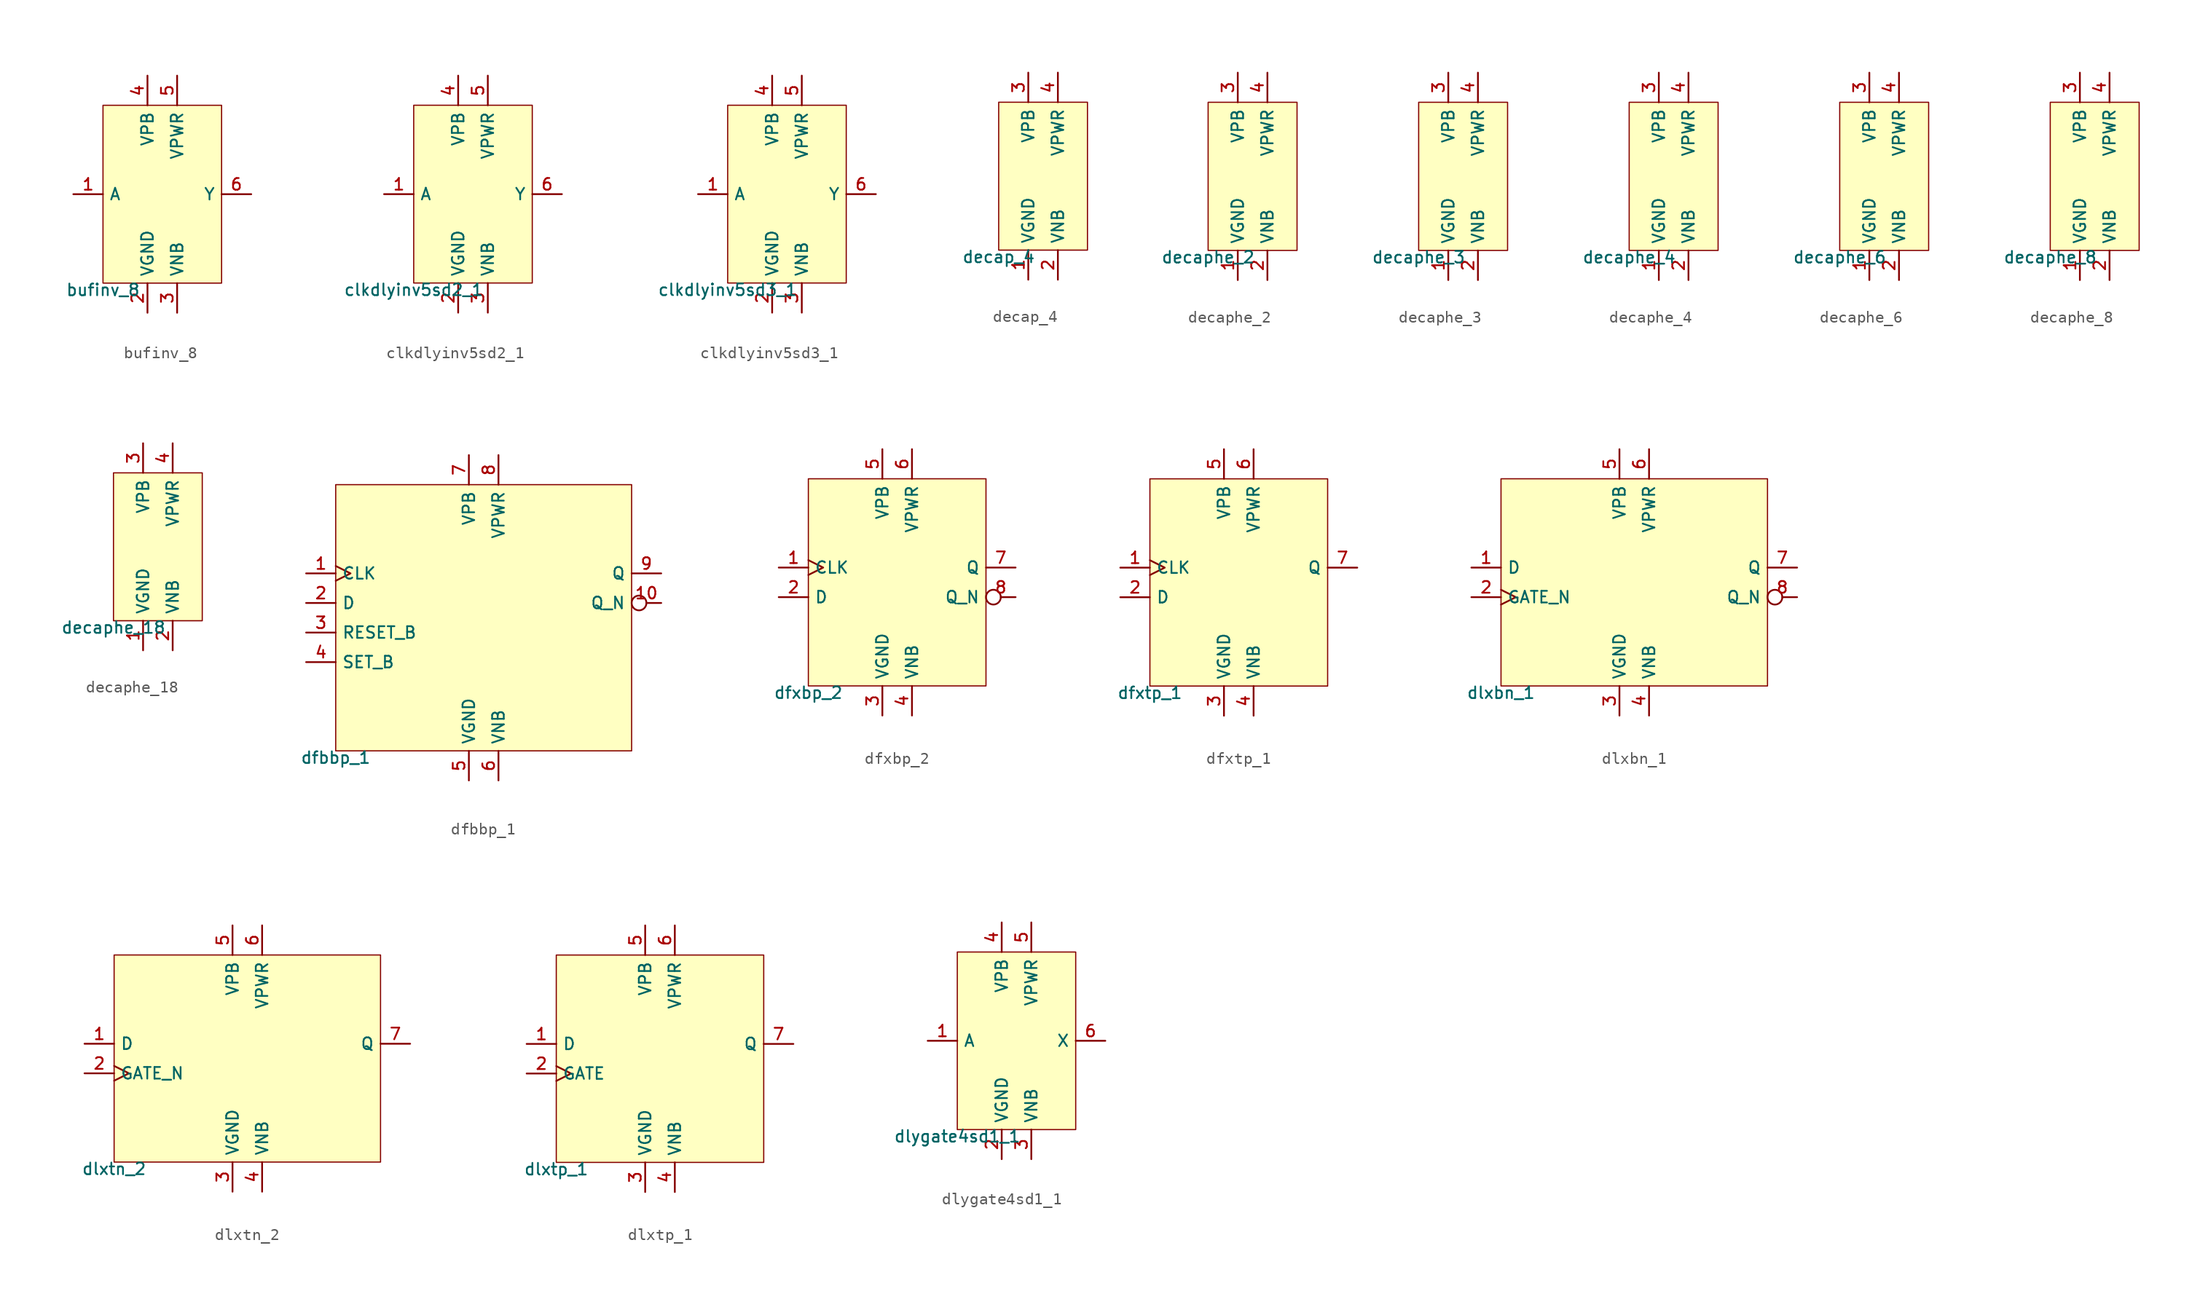
<source format=kicad_sym>
(kicad_symbol_lib
  (version 20211014)
  (generator pdk2kicad)
  (symbol "bufinv_8"
    (property "Reference" "X"
      (at 0 0 0)
      (effects (font (size 1 1)) hide))
    (property "Value" "bufinv_8"
      (at -5.08 -7.62 0)
      (effects (font (size 1 1)) (justify top)))
    (rectangle
      (start -5.08 -7.62)
      (end 5.08 7.62)
      (stroke (width 0.1) (type solid) (color 0 0 0 0))
      (fill (type background)))
    (pin input line
      (at -7.62 0.0 0)
      (length 2.54)
      (name "A" (effects (font (size 1 1)) hide))
      (number "1" (effects (font (size 1 1)) hide)))
    (pin power_in line
      (at -1.27 -10.16 90)
      (length 2.54)
      (name "VGND" (effects (font (size 1 1)) hide))
      (number "2" (effects (font (size 1 1)) hide)))
    (pin power_in line
      (at 1.27 -10.16 90)
      (length 2.54)
      (name "VNB" (effects (font (size 1 1)) hide))
      (number "3" (effects (font (size 1 1)) hide)))
    (pin power_in line
      (at -1.27 10.16 270)
      (length 2.54)
      (name "VPB" (effects (font (size 1 1)) hide))
      (number "4" (effects (font (size 1 1)) hide)))
    (pin power_in line
      (at 1.27 10.16 270)
      (length 2.54)
      (name "VPWR" (effects (font (size 1 1)) hide))
      (number "5" (effects (font (size 1 1)) hide)))
    (pin output line
      (at 7.62 0.0 180)
      (length 2.54)
      (name "Y" (effects (font (size 1 1)) hide))
      (number "6" (effects (font (size 1 1)) hide))))
  (symbol "clkdlyinv5sd2_1"
    (property "Reference" "X"
      (at 0 0 0)
      (effects (font (size 1 1)) hide))
    (property "Value" "clkdlyinv5sd2_1"
      (at -5.08 -7.62 0)
      (effects (font (size 1 1)) (justify top)))
    (rectangle
      (start -5.08 -7.62)
      (end 5.08 7.62)
      (stroke (width 0.1) (type solid) (color 0 0 0 0))
      (fill (type background)))
    (pin input line
      (at -7.62 0.0 0)
      (length 2.54)
      (name "A" (effects (font (size 1 1)) hide))
      (number "1" (effects (font (size 1 1)) hide)))
    (pin power_in line
      (at -1.27 -10.16 90)
      (length 2.54)
      (name "VGND" (effects (font (size 1 1)) hide))
      (number "2" (effects (font (size 1 1)) hide)))
    (pin power_in line
      (at 1.27 -10.16 90)
      (length 2.54)
      (name "VNB" (effects (font (size 1 1)) hide))
      (number "3" (effects (font (size 1 1)) hide)))
    (pin power_in line
      (at -1.27 10.16 270)
      (length 2.54)
      (name "VPB" (effects (font (size 1 1)) hide))
      (number "4" (effects (font (size 1 1)) hide)))
    (pin power_in line
      (at 1.27 10.16 270)
      (length 2.54)
      (name "VPWR" (effects (font (size 1 1)) hide))
      (number "5" (effects (font (size 1 1)) hide)))
    (pin output line
      (at 7.62 0.0 180)
      (length 2.54)
      (name "Y" (effects (font (size 1 1)) hide))
      (number "6" (effects (font (size 1 1)) hide))))
  (symbol "clkdlyinv5sd3_1"
    (property "Reference" "X"
      (at 0 0 0)
      (effects (font (size 1 1)) hide))
    (property "Value" "clkdlyinv5sd3_1"
      (at -5.08 -7.62 0)
      (effects (font (size 1 1)) (justify top)))
    (rectangle
      (start -5.08 -7.62)
      (end 5.08 7.62)
      (stroke (width 0.1) (type solid) (color 0 0 0 0))
      (fill (type background)))
    (pin input line
      (at -7.62 0.0 0)
      (length 2.54)
      (name "A" (effects (font (size 1 1)) hide))
      (number "1" (effects (font (size 1 1)) hide)))
    (pin power_in line
      (at -1.27 -10.16 90)
      (length 2.54)
      (name "VGND" (effects (font (size 1 1)) hide))
      (number "2" (effects (font (size 1 1)) hide)))
    (pin power_in line
      (at 1.27 -10.16 90)
      (length 2.54)
      (name "VNB" (effects (font (size 1 1)) hide))
      (number "3" (effects (font (size 1 1)) hide)))
    (pin power_in line
      (at -1.27 10.16 270)
      (length 2.54)
      (name "VPB" (effects (font (size 1 1)) hide))
      (number "4" (effects (font (size 1 1)) hide)))
    (pin power_in line
      (at 1.27 10.16 270)
      (length 2.54)
      (name "VPWR" (effects (font (size 1 1)) hide))
      (number "5" (effects (font (size 1 1)) hide)))
    (pin output line
      (at 7.62 0.0 180)
      (length 2.54)
      (name "Y" (effects (font (size 1 1)) hide))
      (number "6" (effects (font (size 1 1)) hide))))
  (symbol "decap_4"
    (property "Reference" "X"
      (at 0 0 0)
      (effects (font (size 1 1)) hide))
    (property "Value" "decap_4"
      (at -3.81 -6.35 0)
      (effects (font (size 1 1)) (justify top)))
    (rectangle
      (start -3.81 -6.35)
      (end 3.81 6.35)
      (stroke (width 0.1) (type solid) (color 0 0 0 0))
      (fill (type background)))
    (pin power_in line
      (at -1.27 -8.89 90)
      (length 2.54)
      (name "VGND" (effects (font (size 1 1)) hide))
      (number "1" (effects (font (size 1 1)) hide)))
    (pin power_in line
      (at 1.27 -8.89 90)
      (length 2.54)
      (name "VNB" (effects (font (size 1 1)) hide))
      (number "2" (effects (font (size 1 1)) hide)))
    (pin power_in line
      (at -1.27 8.89 270)
      (length 2.54)
      (name "VPB" (effects (font (size 1 1)) hide))
      (number "3" (effects (font (size 1 1)) hide)))
    (pin power_in line
      (at 1.27 8.89 270)
      (length 2.54)
      (name "VPWR" (effects (font (size 1 1)) hide))
      (number "4" (effects (font (size 1 1)) hide))))
  (symbol "decaphe_2"
    (property "Reference" "X"
      (at 0 0 0)
      (effects (font (size 1 1)) hide))
    (property "Value" "decaphe_2"
      (at -3.81 -6.35 0)
      (effects (font (size 1 1)) (justify top)))
    (rectangle
      (start -3.81 -6.35)
      (end 3.81 6.35)
      (stroke (width 0.1) (type solid) (color 0 0 0 0))
      (fill (type background)))
    (pin power_in line
      (at -1.27 -8.89 90)
      (length 2.54)
      (name "VGND" (effects (font (size 1 1)) hide))
      (number "1" (effects (font (size 1 1)) hide)))
    (pin power_in line
      (at 1.27 -8.89 90)
      (length 2.54)
      (name "VNB" (effects (font (size 1 1)) hide))
      (number "2" (effects (font (size 1 1)) hide)))
    (pin power_in line
      (at -1.27 8.89 270)
      (length 2.54)
      (name "VPB" (effects (font (size 1 1)) hide))
      (number "3" (effects (font (size 1 1)) hide)))
    (pin power_in line
      (at 1.27 8.89 270)
      (length 2.54)
      (name "VPWR" (effects (font (size 1 1)) hide))
      (number "4" (effects (font (size 1 1)) hide))))
  (symbol "decaphe_3"
    (property "Reference" "X"
      (at 0 0 0)
      (effects (font (size 1 1)) hide))
    (property "Value" "decaphe_3"
      (at -3.81 -6.35 0)
      (effects (font (size 1 1)) (justify top)))
    (rectangle
      (start -3.81 -6.35)
      (end 3.81 6.35)
      (stroke (width 0.1) (type solid) (color 0 0 0 0))
      (fill (type background)))
    (pin power_in line
      (at -1.27 -8.89 90)
      (length 2.54)
      (name "VGND" (effects (font (size 1 1)) hide))
      (number "1" (effects (font (size 1 1)) hide)))
    (pin power_in line
      (at 1.27 -8.89 90)
      (length 2.54)
      (name "VNB" (effects (font (size 1 1)) hide))
      (number "2" (effects (font (size 1 1)) hide)))
    (pin power_in line
      (at -1.27 8.89 270)
      (length 2.54)
      (name "VPB" (effects (font (size 1 1)) hide))
      (number "3" (effects (font (size 1 1)) hide)))
    (pin power_in line
      (at 1.27 8.89 270)
      (length 2.54)
      (name "VPWR" (effects (font (size 1 1)) hide))
      (number "4" (effects (font (size 1 1)) hide))))
  (symbol "decaphe_4"
    (property "Reference" "X"
      (at 0 0 0)
      (effects (font (size 1 1)) hide))
    (property "Value" "decaphe_4"
      (at -3.81 -6.35 0)
      (effects (font (size 1 1)) (justify top)))
    (rectangle
      (start -3.81 -6.35)
      (end 3.81 6.35)
      (stroke (width 0.1) (type solid) (color 0 0 0 0))
      (fill (type background)))
    (pin power_in line
      (at -1.27 -8.89 90)
      (length 2.54)
      (name "VGND" (effects (font (size 1 1)) hide))
      (number "1" (effects (font (size 1 1)) hide)))
    (pin power_in line
      (at 1.27 -8.89 90)
      (length 2.54)
      (name "VNB" (effects (font (size 1 1)) hide))
      (number "2" (effects (font (size 1 1)) hide)))
    (pin power_in line
      (at -1.27 8.89 270)
      (length 2.54)
      (name "VPB" (effects (font (size 1 1)) hide))
      (number "3" (effects (font (size 1 1)) hide)))
    (pin power_in line
      (at 1.27 8.89 270)
      (length 2.54)
      (name "VPWR" (effects (font (size 1 1)) hide))
      (number "4" (effects (font (size 1 1)) hide))))
  (symbol "decaphe_6"
    (property "Reference" "X"
      (at 0 0 0)
      (effects (font (size 1 1)) hide))
    (property "Value" "decaphe_6"
      (at -3.81 -6.35 0)
      (effects (font (size 1 1)) (justify top)))
    (rectangle
      (start -3.81 -6.35)
      (end 3.81 6.35)
      (stroke (width 0.1) (type solid) (color 0 0 0 0))
      (fill (type background)))
    (pin power_in line
      (at -1.27 -8.89 90)
      (length 2.54)
      (name "VGND" (effects (font (size 1 1)) hide))
      (number "1" (effects (font (size 1 1)) hide)))
    (pin power_in line
      (at 1.27 -8.89 90)
      (length 2.54)
      (name "VNB" (effects (font (size 1 1)) hide))
      (number "2" (effects (font (size 1 1)) hide)))
    (pin power_in line
      (at -1.27 8.89 270)
      (length 2.54)
      (name "VPB" (effects (font (size 1 1)) hide))
      (number "3" (effects (font (size 1 1)) hide)))
    (pin power_in line
      (at 1.27 8.89 270)
      (length 2.54)
      (name "VPWR" (effects (font (size 1 1)) hide))
      (number "4" (effects (font (size 1 1)) hide))))
  (symbol "decaphe_8"
    (property "Reference" "X"
      (at 0 0 0)
      (effects (font (size 1 1)) hide))
    (property "Value" "decaphe_8"
      (at -3.81 -6.35 0)
      (effects (font (size 1 1)) (justify top)))
    (rectangle
      (start -3.81 -6.35)
      (end 3.81 6.35)
      (stroke (width 0.1) (type solid) (color 0 0 0 0))
      (fill (type background)))
    (pin power_in line
      (at -1.27 -8.89 90)
      (length 2.54)
      (name "VGND" (effects (font (size 1 1)) hide))
      (number "1" (effects (font (size 1 1)) hide)))
    (pin power_in line
      (at 1.27 -8.89 90)
      (length 2.54)
      (name "VNB" (effects (font (size 1 1)) hide))
      (number "2" (effects (font (size 1 1)) hide)))
    (pin power_in line
      (at -1.27 8.89 270)
      (length 2.54)
      (name "VPB" (effects (font (size 1 1)) hide))
      (number "3" (effects (font (size 1 1)) hide)))
    (pin power_in line
      (at 1.27 8.89 270)
      (length 2.54)
      (name "VPWR" (effects (font (size 1 1)) hide))
      (number "4" (effects (font (size 1 1)) hide))))
  (symbol "decaphe_18"
    (property "Reference" "X"
      (at 0 0 0)
      (effects (font (size 1 1)) hide))
    (property "Value" "decaphe_18"
      (at -3.81 -6.35 0)
      (effects (font (size 1 1)) (justify top)))
    (rectangle
      (start -3.81 -6.35)
      (end 3.81 6.35)
      (stroke (width 0.1) (type solid) (color 0 0 0 0))
      (fill (type background)))
    (pin power_in line
      (at -1.27 -8.89 90)
      (length 2.54)
      (name "VGND" (effects (font (size 1 1)) hide))
      (number "1" (effects (font (size 1 1)) hide)))
    (pin power_in line
      (at 1.27 -8.89 90)
      (length 2.54)
      (name "VNB" (effects (font (size 1 1)) hide))
      (number "2" (effects (font (size 1 1)) hide)))
    (pin power_in line
      (at -1.27 8.89 270)
      (length 2.54)
      (name "VPB" (effects (font (size 1 1)) hide))
      (number "3" (effects (font (size 1 1)) hide)))
    (pin power_in line
      (at 1.27 8.89 270)
      (length 2.54)
      (name "VPWR" (effects (font (size 1 1)) hide))
      (number "4" (effects (font (size 1 1)) hide))))
  (symbol "dfbbp_1"
    (property "Reference" "X"
      (at 0 0 0)
      (effects (font (size 1 1)) hide))
    (property "Value" "dfbbp_1"
      (at -12.7 -11.43 0)
      (effects (font (size 1 1)) (justify top)))
    (rectangle
      (start -12.7 -11.43)
      (end 12.7 11.43)
      (stroke (width 0.1) (type solid) (color 0 0 0 0))
      (fill (type background)))
    (pin input clock
      (at -15.24 3.81 0)
      (length 2.54)
      (name "CLK" (effects (font (size 1 1)) hide))
      (number "1" (effects (font (size 1 1)) hide)))
    (pin input line
      (at -15.24 1.27 0)
      (length 2.54)
      (name "D" (effects (font (size 1 1)) hide))
      (number "2" (effects (font (size 1 1)) hide)))
    (pin input line
      (at -15.24 -1.27 0)
      (length 2.54)
      (name "RESET_B" (effects (font (size 1 1)) hide))
      (number "3" (effects (font (size 1 1)) hide)))
    (pin input line
      (at -15.24 -3.81 0)
      (length 2.54)
      (name "SET_B" (effects (font (size 1 1)) hide))
      (number "4" (effects (font (size 1 1)) hide)))
    (pin power_in line
      (at -1.27 -13.97 90)
      (length 2.54)
      (name "VGND" (effects (font (size 1 1)) hide))
      (number "5" (effects (font (size 1 1)) hide)))
    (pin power_in line
      (at 1.27 -13.97 90)
      (length 2.54)
      (name "VNB" (effects (font (size 1 1)) hide))
      (number "6" (effects (font (size 1 1)) hide)))
    (pin power_in line
      (at -1.27 13.97 270)
      (length 2.54)
      (name "VPB" (effects (font (size 1 1)) hide))
      (number "7" (effects (font (size 1 1)) hide)))
    (pin power_in line
      (at 1.27 13.97 270)
      (length 2.54)
      (name "VPWR" (effects (font (size 1 1)) hide))
      (number "8" (effects (font (size 1 1)) hide)))
    (pin output line
      (at 15.24 3.81 180)
      (length 2.54)
      (name "Q" (effects (font (size 1 1)) hide))
      (number "9" (effects (font (size 1 1)) hide)))
    (pin output inverted
      (at 15.24 1.27 180)
      (length 2.54)
      (name "Q_N" (effects (font (size 1 1)) hide))
      (number "10" (effects (font (size 1 1)) hide))))
  (symbol "dfxbp_2"
    (property "Reference" "X"
      (at 0 0 0)
      (effects (font (size 1 1)) hide))
    (property "Value" "dfxbp_2"
      (at -7.62 -8.89 0)
      (effects (font (size 1 1)) (justify top)))
    (rectangle
      (start -7.62 -8.89)
      (end 7.62 8.89)
      (stroke (width 0.1) (type solid) (color 0 0 0 0))
      (fill (type background)))
    (pin input clock
      (at -10.16 1.27 0)
      (length 2.54)
      (name "CLK" (effects (font (size 1 1)) hide))
      (number "1" (effects (font (size 1 1)) hide)))
    (pin input line
      (at -10.16 -1.27 0)
      (length 2.54)
      (name "D" (effects (font (size 1 1)) hide))
      (number "2" (effects (font (size 1 1)) hide)))
    (pin power_in line
      (at -1.27 -11.43 90)
      (length 2.54)
      (name "VGND" (effects (font (size 1 1)) hide))
      (number "3" (effects (font (size 1 1)) hide)))
    (pin power_in line
      (at 1.27 -11.43 90)
      (length 2.54)
      (name "VNB" (effects (font (size 1 1)) hide))
      (number "4" (effects (font (size 1 1)) hide)))
    (pin power_in line
      (at -1.27 11.43 270)
      (length 2.54)
      (name "VPB" (effects (font (size 1 1)) hide))
      (number "5" (effects (font (size 1 1)) hide)))
    (pin power_in line
      (at 1.27 11.43 270)
      (length 2.54)
      (name "VPWR" (effects (font (size 1 1)) hide))
      (number "6" (effects (font (size 1 1)) hide)))
    (pin output line
      (at 10.16 1.27 180)
      (length 2.54)
      (name "Q" (effects (font (size 1 1)) hide))
      (number "7" (effects (font (size 1 1)) hide)))
    (pin output inverted
      (at 10.16 -1.27 180)
      (length 2.54)
      (name "Q_N" (effects (font (size 1 1)) hide))
      (number "8" (effects (font (size 1 1)) hide))))
  (symbol "dfxtp_1"
    (property "Reference" "X"
      (at 0 0 0)
      (effects (font (size 1 1)) hide))
    (property "Value" "dfxtp_1"
      (at -7.62 -8.89 0)
      (effects (font (size 1 1)) (justify top)))
    (rectangle
      (start -7.62 -8.89)
      (end 7.62 8.89)
      (stroke (width 0.1) (type solid) (color 0 0 0 0))
      (fill (type background)))
    (pin input clock
      (at -10.16 1.27 0)
      (length 2.54)
      (name "CLK" (effects (font (size 1 1)) hide))
      (number "1" (effects (font (size 1 1)) hide)))
    (pin input line
      (at -10.16 -1.27 0)
      (length 2.54)
      (name "D" (effects (font (size 1 1)) hide))
      (number "2" (effects (font (size 1 1)) hide)))
    (pin power_in line
      (at -1.27 -11.43 90)
      (length 2.54)
      (name "VGND" (effects (font (size 1 1)) hide))
      (number "3" (effects (font (size 1 1)) hide)))
    (pin power_in line
      (at 1.27 -11.43 90)
      (length 2.54)
      (name "VNB" (effects (font (size 1 1)) hide))
      (number "4" (effects (font (size 1 1)) hide)))
    (pin power_in line
      (at -1.27 11.43 270)
      (length 2.54)
      (name "VPB" (effects (font (size 1 1)) hide))
      (number "5" (effects (font (size 1 1)) hide)))
    (pin power_in line
      (at 1.27 11.43 270)
      (length 2.54)
      (name "VPWR" (effects (font (size 1 1)) hide))
      (number "6" (effects (font (size 1 1)) hide)))
    (pin output line
      (at 10.16 1.27 180)
      (length 2.54)
      (name "Q" (effects (font (size 1 1)) hide))
      (number "7" (effects (font (size 1 1)) hide))))
  (symbol "dlxbn_1"
    (property "Reference" "X"
      (at 0 0 0)
      (effects (font (size 1 1)) hide))
    (property "Value" "dlxbn_1"
      (at -11.43 -8.89 0)
      (effects (font (size 1 1)) (justify top)))
    (rectangle
      (start -11.43 -8.89)
      (end 11.43 8.89)
      (stroke (width 0.1) (type solid) (color 0 0 0 0))
      (fill (type background)))
    (pin input line
      (at -13.97 1.27 0)
      (length 2.54)
      (name "D" (effects (font (size 1 1)) hide))
      (number "1" (effects (font (size 1 1)) hide)))
    (pin input clock
      (at -13.97 -1.27 0)
      (length 2.54)
      (name "GATE_N" (effects (font (size 1 1)) hide))
      (number "2" (effects (font (size 1 1)) hide)))
    (pin power_in line
      (at -1.27 -11.43 90)
      (length 2.54)
      (name "VGND" (effects (font (size 1 1)) hide))
      (number "3" (effects (font (size 1 1)) hide)))
    (pin power_in line
      (at 1.27 -11.43 90)
      (length 2.54)
      (name "VNB" (effects (font (size 1 1)) hide))
      (number "4" (effects (font (size 1 1)) hide)))
    (pin power_in line
      (at -1.27 11.43 270)
      (length 2.54)
      (name "VPB" (effects (font (size 1 1)) hide))
      (number "5" (effects (font (size 1 1)) hide)))
    (pin power_in line
      (at 1.27 11.43 270)
      (length 2.54)
      (name "VPWR" (effects (font (size 1 1)) hide))
      (number "6" (effects (font (size 1 1)) hide)))
    (pin output line
      (at 13.97 1.27 180)
      (length 2.54)
      (name "Q" (effects (font (size 1 1)) hide))
      (number "7" (effects (font (size 1 1)) hide)))
    (pin output inverted
      (at 13.97 -1.27 180)
      (length 2.54)
      (name "Q_N" (effects (font (size 1 1)) hide))
      (number "8" (effects (font (size 1 1)) hide))))
  (symbol "dlxtn_2"
    (property "Reference" "X"
      (at 0 0 0)
      (effects (font (size 1 1)) hide))
    (property "Value" "dlxtn_2"
      (at -11.43 -8.89 0)
      (effects (font (size 1 1)) (justify top)))
    (rectangle
      (start -11.43 -8.89)
      (end 11.43 8.89)
      (stroke (width 0.1) (type solid) (color 0 0 0 0))
      (fill (type background)))
    (pin input line
      (at -13.97 1.27 0)
      (length 2.54)
      (name "D" (effects (font (size 1 1)) hide))
      (number "1" (effects (font (size 1 1)) hide)))
    (pin input clock
      (at -13.97 -1.27 0)
      (length 2.54)
      (name "GATE_N" (effects (font (size 1 1)) hide))
      (number "2" (effects (font (size 1 1)) hide)))
    (pin power_in line
      (at -1.27 -11.43 90)
      (length 2.54)
      (name "VGND" (effects (font (size 1 1)) hide))
      (number "3" (effects (font (size 1 1)) hide)))
    (pin power_in line
      (at 1.27 -11.43 90)
      (length 2.54)
      (name "VNB" (effects (font (size 1 1)) hide))
      (number "4" (effects (font (size 1 1)) hide)))
    (pin power_in line
      (at -1.27 11.43 270)
      (length 2.54)
      (name "VPB" (effects (font (size 1 1)) hide))
      (number "5" (effects (font (size 1 1)) hide)))
    (pin power_in line
      (at 1.27 11.43 270)
      (length 2.54)
      (name "VPWR" (effects (font (size 1 1)) hide))
      (number "6" (effects (font (size 1 1)) hide)))
    (pin output line
      (at 13.97 1.27 180)
      (length 2.54)
      (name "Q" (effects (font (size 1 1)) hide))
      (number "7" (effects (font (size 1 1)) hide))))
  (symbol "dlxtp_1"
    (property "Reference" "X"
      (at 0 0 0)
      (effects (font (size 1 1)) hide))
    (property "Value" "dlxtp_1"
      (at -8.89 -8.89 0)
      (effects (font (size 1 1)) (justify top)))
    (rectangle
      (start -8.89 -8.89)
      (end 8.89 8.89)
      (stroke (width 0.1) (type solid) (color 0 0 0 0))
      (fill (type background)))
    (pin input line
      (at -11.43 1.27 0)
      (length 2.54)
      (name "D" (effects (font (size 1 1)) hide))
      (number "1" (effects (font (size 1 1)) hide)))
    (pin input clock
      (at -11.43 -1.27 0)
      (length 2.54)
      (name "GATE" (effects (font (size 1 1)) hide))
      (number "2" (effects (font (size 1 1)) hide)))
    (pin power_in line
      (at -1.27 -11.43 90)
      (length 2.54)
      (name "VGND" (effects (font (size 1 1)) hide))
      (number "3" (effects (font (size 1 1)) hide)))
    (pin power_in line
      (at 1.27 -11.43 90)
      (length 2.54)
      (name "VNB" (effects (font (size 1 1)) hide))
      (number "4" (effects (font (size 1 1)) hide)))
    (pin power_in line
      (at -1.27 11.43 270)
      (length 2.54)
      (name "VPB" (effects (font (size 1 1)) hide))
      (number "5" (effects (font (size 1 1)) hide)))
    (pin power_in line
      (at 1.27 11.43 270)
      (length 2.54)
      (name "VPWR" (effects (font (size 1 1)) hide))
      (number "6" (effects (font (size 1 1)) hide)))
    (pin output line
      (at 11.43 1.27 180)
      (length 2.54)
      (name "Q" (effects (font (size 1 1)) hide))
      (number "7" (effects (font (size 1 1)) hide))))
  (symbol "dlygate4sd1_1"
    (property "Reference" "X"
      (at 0 0 0)
      (effects (font (size 1 1)) hide))
    (property "Value" "dlygate4sd1_1"
      (at -5.08 -7.62 0)
      (effects (font (size 1 1)) (justify top)))
    (rectangle
      (start -5.08 -7.62)
      (end 5.08 7.62)
      (stroke (width 0.1) (type solid) (color 0 0 0 0))
      (fill (type background)))
    (pin input line
      (at -7.62 0.0 0)
      (length 2.54)
      (name "A" (effects (font (size 1 1)) hide))
      (number "1" (effects (font (size 1 1)) hide)))
    (pin power_in line
      (at -1.27 -10.16 90)
      (length 2.54)
      (name "VGND" (effects (font (size 1 1)) hide))
      (number "2" (effects (font (size 1 1)) hide)))
    (pin power_in line
      (at 1.27 -10.16 90)
      (length 2.54)
      (name "VNB" (effects (font (size 1 1)) hide))
      (number "3" (effects (font (size 1 1)) hide)))
    (pin power_in line
      (at -1.27 10.16 270)
      (length 2.54)
      (name "VPB" (effects (font (size 1 1)) hide))
      (number "4" (effects (font (size 1 1)) hide)))
    (pin power_in line
      (at 1.27 10.16 270)
      (length 2.54)
      (name "VPWR" (effects (font (size 1 1)) hide))
      (number "5" (effects (font (size 1 1)) hide)))
    (pin output line
      (at 7.62 0.0 180)
      (length 2.54)
      (name "X" (effects (font (size 1 1)) hide))
      (number "6" (effects (font (size 1 1)) hide)))))
</source>
